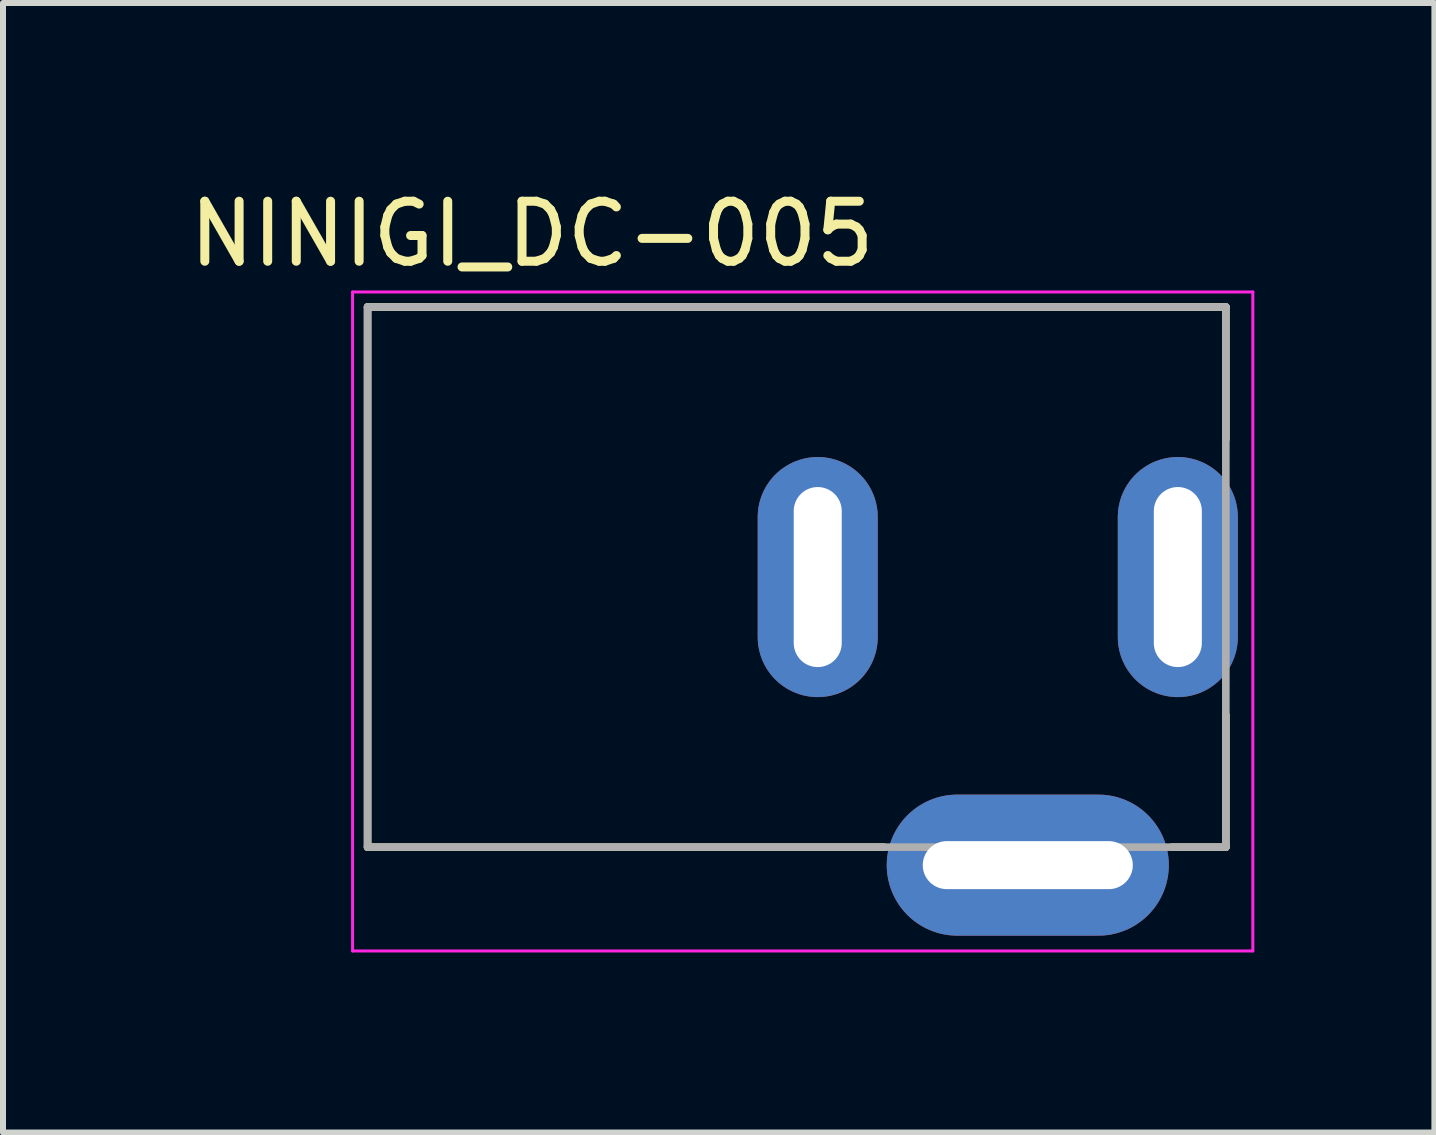
<source format=kicad_pcb>
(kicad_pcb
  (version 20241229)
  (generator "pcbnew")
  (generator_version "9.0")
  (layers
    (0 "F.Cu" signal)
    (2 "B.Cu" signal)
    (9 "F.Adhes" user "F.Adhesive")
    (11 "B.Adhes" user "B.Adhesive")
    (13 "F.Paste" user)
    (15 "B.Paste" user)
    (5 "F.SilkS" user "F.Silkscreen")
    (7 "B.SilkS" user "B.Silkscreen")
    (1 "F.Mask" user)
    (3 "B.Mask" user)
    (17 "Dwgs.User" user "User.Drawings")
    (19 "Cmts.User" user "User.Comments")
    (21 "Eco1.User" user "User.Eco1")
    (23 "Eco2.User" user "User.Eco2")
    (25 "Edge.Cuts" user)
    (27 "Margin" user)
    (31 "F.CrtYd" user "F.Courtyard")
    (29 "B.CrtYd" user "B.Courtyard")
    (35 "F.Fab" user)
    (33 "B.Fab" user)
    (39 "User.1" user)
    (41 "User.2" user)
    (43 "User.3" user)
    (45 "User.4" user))
  (footprint "NINIGI_DC-005"
    (layer "F.Cu")
    (at 14.075 6.565)
    (property "Reference" "NINIGI_DC-005" (at -8.26 -5.717 0) (layer "F.SilkS") (effects (font (size 1 1) (thickness 0.15))))
    (attr through_hole)
    (fp_line (start -11 -4.5) (end 3.3 -4.5) (stroke (width 0.127) (type solid)) (layer "F.SilkS"))
    (fp_line (start -11 4.5) (end -11 -4.5) (stroke (width 0.127) (type solid)) (layer "F.SilkS"))
    (fp_line (start -2.4 4.5) (end -11 4.5) (stroke (width 0.127) (type solid)) (layer "F.SilkS"))
    (fp_line (start 3.3 -4.5) (end 3.3 -2.3) (stroke (width 0.127) (type solid)) (layer "F.SilkS"))
    (fp_line (start 3.3 2.3) (end 3.3 4.5) (stroke (width 0.127) (type solid)) (layer "F.SilkS"))
    (fp_line (start 3.3 4.5) (end 2.4 4.5) (stroke (width 0.127) (type solid)) (layer "F.SilkS"))
    (fp_line (start -11.25 -4.75) (end 3.75 -4.75) (stroke (width 0.05) (type solid)) (layer "F.CrtYd"))
    (fp_line (start -11.25 6.23) (end -11.25 -4.75) (stroke (width 0.05) (type solid)) (layer "F.CrtYd"))
    (fp_line (start 3.75 -4.75) (end 3.75 6.23) (stroke (width 0.05) (type solid)) (layer "F.CrtYd"))
    (fp_line (start 3.75 6.23) (end -11.25 6.23) (stroke (width 0.05) (type solid)) (layer "F.CrtYd"))
    (fp_line (start -11 -4.5) (end 3.3 -4.5) (stroke (width 0.127) (type solid)) (layer "F.Fab"))
    (fp_line (start -11 4.5) (end -11 -4.5) (stroke (width 0.127) (type solid)) (layer "F.Fab"))
    (fp_line (start 3.3 -4.5) (end 3.3 4.5) (stroke (width 0.127) (type solid)) (layer "F.Fab"))
    (fp_line (start 3.3 4.5) (end -11 4.5) (stroke (width 0.127) (type solid)) (layer "F.Fab"))
    (pad "2" thru_hole oval (at 0 4.8) (size 4.7 2.35) (drill oval 3.5 0.8) (layers "*.Cu" "*.Mask"))
    (pad "3" thru_hole oval (at -3.5 0) (size 2 4) (drill oval 0.8 3) (layers "*.Cu" "*.Mask"))
    (pad "4" thru_hole oval (at 2.5 0) (size 2 4) (drill oval 0.8 3) (layers "*.Cu" "*.Mask")))
  (gr_rect
    (start -3 -3)
    (end 20.85 15.82)
    (stroke (width 0.1) (type default))
    (fill no)
    (layer "Edge.Cuts")))
</source>
